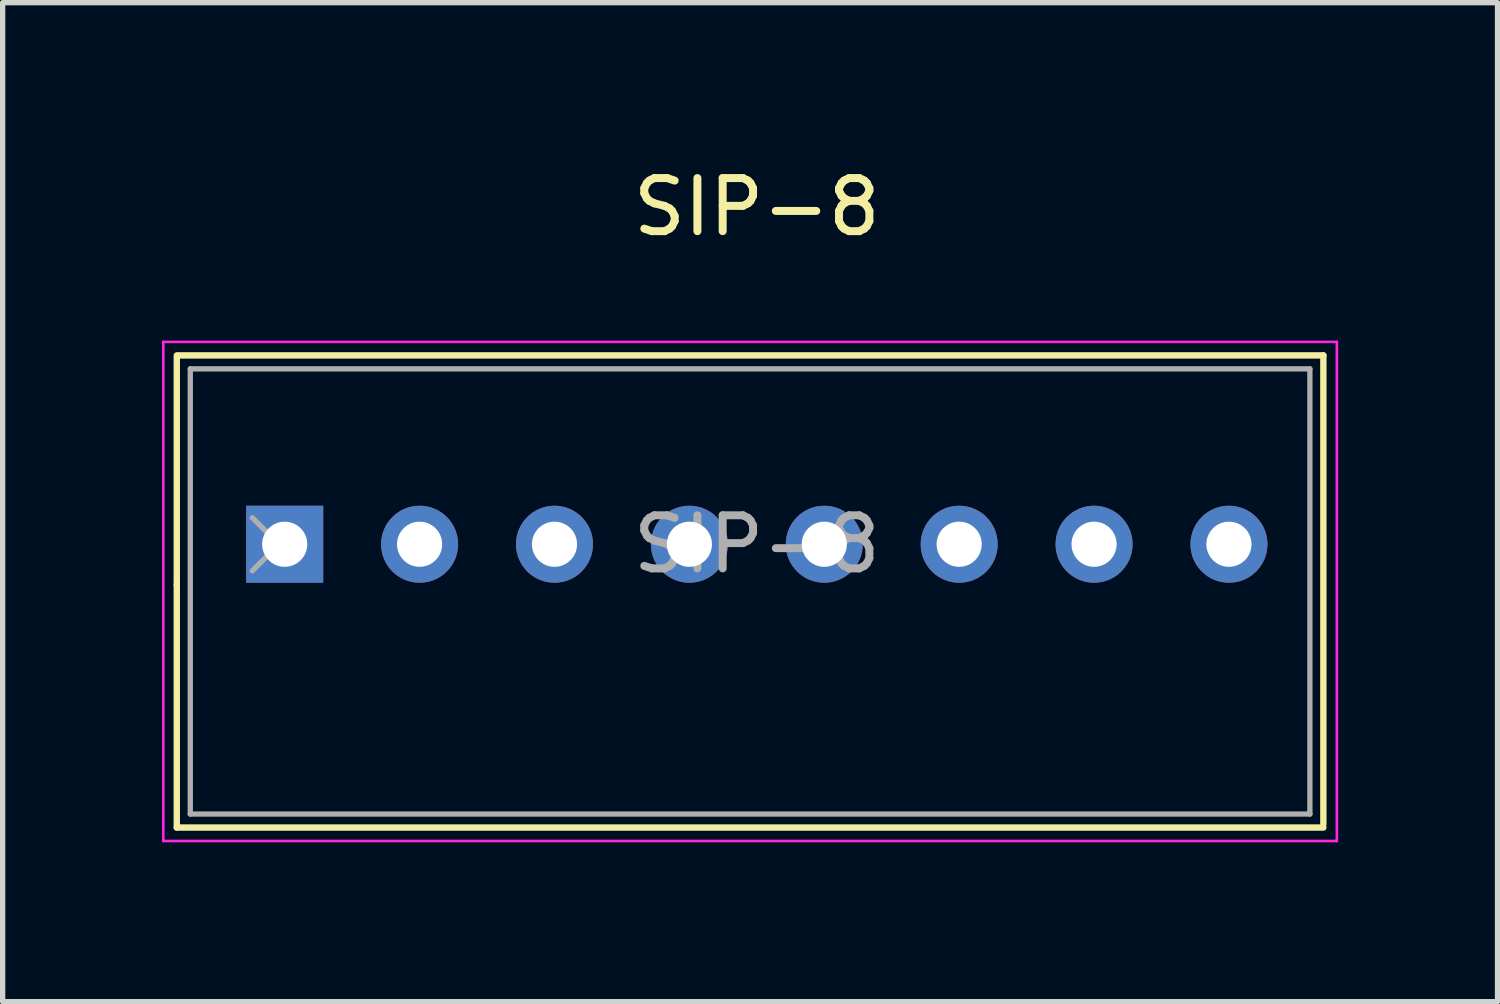
<source format=kicad_pcb>
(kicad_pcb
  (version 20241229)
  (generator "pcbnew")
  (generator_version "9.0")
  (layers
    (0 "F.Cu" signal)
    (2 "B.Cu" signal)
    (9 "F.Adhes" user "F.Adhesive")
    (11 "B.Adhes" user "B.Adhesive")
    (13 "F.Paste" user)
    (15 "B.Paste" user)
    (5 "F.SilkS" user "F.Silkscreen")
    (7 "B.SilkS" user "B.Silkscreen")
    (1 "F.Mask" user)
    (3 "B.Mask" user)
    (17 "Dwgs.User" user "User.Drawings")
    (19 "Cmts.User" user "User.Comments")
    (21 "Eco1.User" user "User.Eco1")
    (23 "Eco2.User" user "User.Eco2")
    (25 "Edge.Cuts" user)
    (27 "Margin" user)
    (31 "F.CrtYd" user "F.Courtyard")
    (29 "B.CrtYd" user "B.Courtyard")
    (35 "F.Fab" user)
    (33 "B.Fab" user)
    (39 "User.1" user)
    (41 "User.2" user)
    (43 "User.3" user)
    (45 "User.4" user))
  (footprint "SIP-8"
    (layer "F.Cu")
    (at 2.311 7.198)
    (property "Reference" "SIP-8" (at 8.89 -6.35 0) (layer "F.SilkS") (effects (font (size 1 1) (thickness 0.15))))
    (attr through_hole)
    (fp_line (start -2.032 -3.556) (end -2.032 0.762) (stroke (width 0.12) (type solid)) (layer "F.SilkS"))
    (fp_line (start -2.032 5.334) (end -2.032 0.762) (stroke (width 0.12) (type solid)) (layer "F.SilkS"))
    (fp_line (start 19.558 -3.556) (end -2 -3.556) (stroke (width 0.12) (type solid)) (layer "F.SilkS"))
    (fp_line (start 19.558 5.271) (end 19.558 -3.556) (stroke (width 0.12) (type solid)) (layer "F.SilkS"))
    (fp_line (start 19.558 5.334) (end -2.032 5.334) (stroke (width 0.12) (type solid)) (layer "F.SilkS"))
    (fp_line (start -2.286 -3.81) (end 19.812 -3.81) (stroke (width 0.05) (type solid)) (layer "F.CrtYd"))
    (fp_line (start -2.286 5.588) (end -2.286 -3.81) (stroke (width 0.05) (type solid)) (layer "F.CrtYd"))
    (fp_line (start 19.812 -3.81) (end 19.812 5.588) (stroke (width 0.05) (type solid)) (layer "F.CrtYd"))
    (fp_line (start 19.812 5.588) (end -2.286 5.588) (stroke (width 0.05) (type solid)) (layer "F.CrtYd"))
    (fp_line (start -1.778 -3.302) (end -1.778 5.08) (stroke (width 0.1) (type solid)) (layer "F.Fab"))
    (fp_line (start -0.61 -0.5) (end -0.11 0) (stroke (width 0.1) (type solid)) (layer "F.Fab"))
    (fp_line (start -0.11 0) (end -0.61 0.5) (stroke (width 0.1) (type solid)) (layer "F.Fab"))
    (fp_line (start 19.304 -3.302) (end -1.778 -3.302) (stroke (width 0.1) (type solid)) (layer "F.Fab"))
    (fp_line (start 19.304 -3.302) (end 19.304 5.08) (stroke (width 0.1) (type solid)) (layer "F.Fab"))
    (fp_line (start 19.304 5.08) (end -1.778 5.08) (stroke (width 0.1) (type solid)) (layer "F.Fab"))
    (fp_text user "${REFERENCE}" (at 8.89 0 0) (layer "F.Fab") (effects (font (size 1 1) (thickness 0.15))))
    (pad "1" thru_hole rect (at 0 0 90) (size 1.45 1.45) (drill 0.85) (layers "*.Cu" "*.Mask"))
    (pad "2" thru_hole circle (at 2.54 0 90) (size 1.45 1.45) (drill 0.85) (layers "*.Cu" "*.Mask"))
    (pad "3" thru_hole circle (at 5.08 0 90) (size 1.45 1.45) (drill 0.85) (layers "*.Cu" "*.Mask"))
    (pad "4" thru_hole circle (at 7.62 0 90) (size 1.45 1.45) (drill 0.85) (layers "*.Cu" "*.Mask"))
    (pad "5" thru_hole circle (at 10.16 0 90) (size 1.45 1.45) (drill 0.85) (layers "*.Cu" "*.Mask"))
    (pad "6" thru_hole circle (at 12.7 0 90) (size 1.45 1.45) (drill 0.85) (layers "*.Cu" "*.Mask"))
    (pad "7" thru_hole circle (at 15.24 0 90) (size 1.45 1.45) (drill 0.85) (layers "*.Cu" "*.Mask"))
    (pad "8" thru_hole circle (at 17.78 0 90) (size 1.45 1.45) (drill 0.85) (layers "*.Cu" "*.Mask")))
  (gr_rect
    (start -3 -3)
    (end 25.148 15.811)
    (stroke (width 0.1) (type default))
    (fill no)
    (layer "Edge.Cuts")))
</source>
